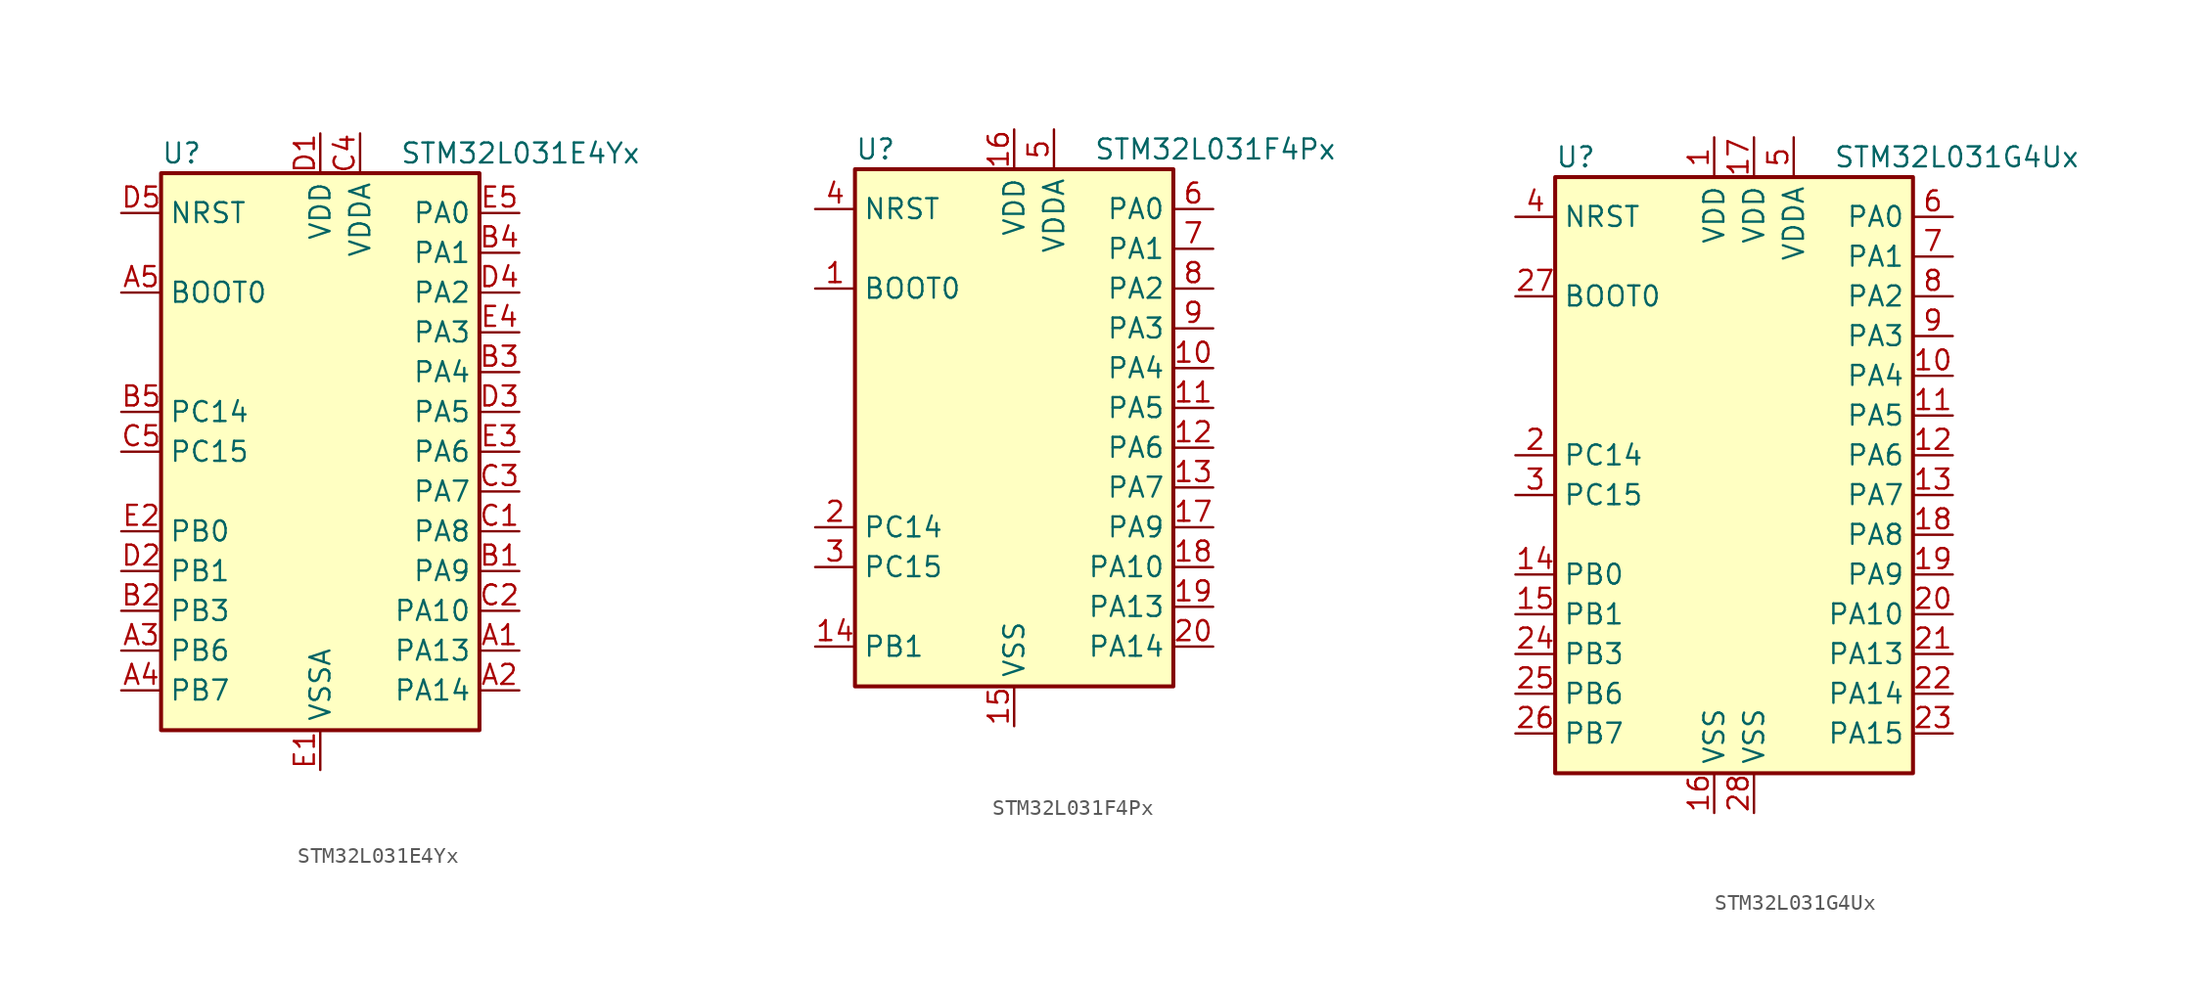
<source format=kicad_sym>
(kicad_symbol_lib
  (version 20211014)
  (generator kicad_symbol_editor)
  (symbol "STM32L031E4Yx"
    (property "Reference" "U"
      (at -10.16 19.05 0)
      (effects (font (size 1.27 1.27)) (justify left)))
    (property "Value" "STM32L031E4Yx"
      (at 5.08 19.05 0)
      (effects (font (size 1.27 1.27)) (justify left)))
    (symbol "STM32L031E4Yx_0_1"
      (rectangle (start -10.16 -17.78) (end 10.16 17.78) (stroke (width 0.254) (type default) (color 0 0 0 0)) (fill (type background))))
    (symbol "STM32L031E4Yx_1_1"
      (pin bidirectional line (at 12.7 -12.7 180) (length 2.54) (name "PA13" (effects (font (size 1.27 1.27)))) (number "A1" (effects (font (size 1.27 1.27)))))
      (pin bidirectional line (at 12.7 -15.24 180) (length 2.54) (name "PA14" (effects (font (size 1.27 1.27)))) (number "A2" (effects (font (size 1.27 1.27)))))
      (pin bidirectional line (at -12.7 -12.7 0) (length 2.54) (name "PB6" (effects (font (size 1.27 1.27)))) (number "A3" (effects (font (size 1.27 1.27)))))
      (pin bidirectional line (at -12.7 -15.24 0) (length 2.54) (name "PB7" (effects (font (size 1.27 1.27)))) (number "A4" (effects (font (size 1.27 1.27)))))
      (pin input line (at -12.7 10.16 0) (length 2.54) (name "BOOT0" (effects (font (size 1.27 1.27)))) (number "A5" (effects (font (size 1.27 1.27)))))
      (pin bidirectional line (at 12.7 -7.62 180) (length 2.54) (name "PA9" (effects (font (size 1.27 1.27)))) (number "B1" (effects (font (size 1.27 1.27)))))
      (pin bidirectional line (at -12.7 -10.16 0) (length 2.54) (name "PB3" (effects (font (size 1.27 1.27)))) (number "B2" (effects (font (size 1.27 1.27)))))
      (pin bidirectional line (at 12.7 5.08 180) (length 2.54) (name "PA4" (effects (font (size 1.27 1.27)))) (number "B3" (effects (font (size 1.27 1.27)))))
      (pin bidirectional line (at 12.7 12.7 180) (length 2.54) (name "PA1" (effects (font (size 1.27 1.27)))) (number "B4" (effects (font (size 1.27 1.27)))))
      (pin bidirectional line (at -12.7 2.54 0) (length 2.54) (name "PC14" (effects (font (size 1.27 1.27)))) (number "B5" (effects (font (size 1.27 1.27)))))
      (pin bidirectional line (at 12.7 -5.08 180) (length 2.54) (name "PA8" (effects (font (size 1.27 1.27)))) (number "C1" (effects (font (size 1.27 1.27)))))
      (pin bidirectional line (at 12.7 -10.16 180) (length 2.54) (name "PA10" (effects (font (size 1.27 1.27)))) (number "C2" (effects (font (size 1.27 1.27)))))
      (pin bidirectional line (at 12.7 -2.54 180) (length 2.54) (name "PA7" (effects (font (size 1.27 1.27)))) (number "C3" (effects (font (size 1.27 1.27)))))
      (pin power_in line (at 2.54 20.32 270) (length 2.54) (name "VDDA" (effects (font (size 1.27 1.27)))) (number "C4" (effects (font (size 1.27 1.27)))))
      (pin bidirectional line (at -12.7 0 0) (length 2.54) (name "PC15" (effects (font (size 1.27 1.27)))) (number "C5" (effects (font (size 1.27 1.27)))))
      (pin power_in line (at 0 20.32 270) (length 2.54) (name "VDD" (effects (font (size 1.27 1.27)))) (number "D1" (effects (font (size 1.27 1.27)))))
      (pin bidirectional line (at -12.7 -7.62 0) (length 2.54) (name "PB1" (effects (font (size 1.27 1.27)))) (number "D2" (effects (font (size 1.27 1.27)))))
      (pin bidirectional line (at 12.7 2.54 180) (length 2.54) (name "PA5" (effects (font (size 1.27 1.27)))) (number "D3" (effects (font (size 1.27 1.27)))))
      (pin bidirectional line (at 12.7 10.16 180) (length 2.54) (name "PA2" (effects (font (size 1.27 1.27)))) (number "D4" (effects (font (size 1.27 1.27)))))
      (pin input line (at -12.7 15.24 0) (length 2.54) (name "NRST" (effects (font (size 1.27 1.27)))) (number "D5" (effects (font (size 1.27 1.27)))))
      (pin power_in line (at 0 -20.32 90) (length 2.54) (name "VSSA" (effects (font (size 1.27 1.27)))) (number "E1" (effects (font (size 1.27 1.27)))))
      (pin bidirectional line (at -12.7 -5.08 0) (length 2.54) (name "PB0" (effects (font (size 1.27 1.27)))) (number "E2" (effects (font (size 1.27 1.27)))))
      (pin bidirectional line (at 12.7 0 180) (length 2.54) (name "PA6" (effects (font (size 1.27 1.27)))) (number "E3" (effects (font (size 1.27 1.27)))))
      (pin bidirectional line (at 12.7 7.62 180) (length 2.54) (name "PA3" (effects (font (size 1.27 1.27)))) (number "E4" (effects (font (size 1.27 1.27)))))
      (pin bidirectional line (at 12.7 15.24 180) (length 2.54) (name "PA0" (effects (font (size 1.27 1.27)))) (number "E5" (effects (font (size 1.27 1.27)))))))
  (symbol "STM32L031F4Px"
    (property "Reference" "U"
      (at -10.16 16.51 0)
      (effects (font (size 1.27 1.27)) (justify left)))
    (property "Value" "STM32L031F4Px"
      (at 5.08 16.51 0)
      (effects (font (size 1.27 1.27)) (justify left)))
    (symbol "STM32L031F4Px_0_1"
      (rectangle (start -10.16 -17.78) (end 10.16 15.24) (stroke (width 0.254) (type default) (color 0 0 0 0)) (fill (type background))))
    (symbol "STM32L031F4Px_1_1"
      (pin input line (at -12.7 7.62 0) (length 2.54) (name "BOOT0" (effects (font (size 1.27 1.27)))) (number "1" (effects (font (size 1.27 1.27)))))
      (pin bidirectional line (at 12.7 2.54 180) (length 2.54) (name "PA4" (effects (font (size 1.27 1.27)))) (number "10" (effects (font (size 1.27 1.27)))))
      (pin bidirectional line (at 12.7 0 180) (length 2.54) (name "PA5" (effects (font (size 1.27 1.27)))) (number "11" (effects (font (size 1.27 1.27)))))
      (pin bidirectional line (at 12.7 -2.54 180) (length 2.54) (name "PA6" (effects (font (size 1.27 1.27)))) (number "12" (effects (font (size 1.27 1.27)))))
      (pin bidirectional line (at 12.7 -5.08 180) (length 2.54) (name "PA7" (effects (font (size 1.27 1.27)))) (number "13" (effects (font (size 1.27 1.27)))))
      (pin bidirectional line (at -12.7 -15.24 0) (length 2.54) (name "PB1" (effects (font (size 1.27 1.27)))) (number "14" (effects (font (size 1.27 1.27)))))
      (pin power_in line (at 0 -20.32 90) (length 2.54) (name "VSS" (effects (font (size 1.27 1.27)))) (number "15" (effects (font (size 1.27 1.27)))))
      (pin power_in line (at 0 17.78 270) (length 2.54) (name "VDD" (effects (font (size 1.27 1.27)))) (number "16" (effects (font (size 1.27 1.27)))))
      (pin bidirectional line (at 12.7 -7.62 180) (length 2.54) (name "PA9" (effects (font (size 1.27 1.27)))) (number "17" (effects (font (size 1.27 1.27)))))
      (pin bidirectional line (at 12.7 -10.16 180) (length 2.54) (name "PA10" (effects (font (size 1.27 1.27)))) (number "18" (effects (font (size 1.27 1.27)))))
      (pin bidirectional line (at 12.7 -12.7 180) (length 2.54) (name "PA13" (effects (font (size 1.27 1.27)))) (number "19" (effects (font (size 1.27 1.27)))))
      (pin bidirectional line (at -12.7 -7.62 0) (length 2.54) (name "PC14" (effects (font (size 1.27 1.27)))) (number "2" (effects (font (size 1.27 1.27)))))
      (pin bidirectional line (at 12.7 -15.24 180) (length 2.54) (name "PA14" (effects (font (size 1.27 1.27)))) (number "20" (effects (font (size 1.27 1.27)))))
      (pin bidirectional line (at -12.7 -10.16 0) (length 2.54) (name "PC15" (effects (font (size 1.27 1.27)))) (number "3" (effects (font (size 1.27 1.27)))))
      (pin input line (at -12.7 12.7 0) (length 2.54) (name "NRST" (effects (font (size 1.27 1.27)))) (number "4" (effects (font (size 1.27 1.27)))))
      (pin power_in line (at 2.54 17.78 270) (length 2.54) (name "VDDA" (effects (font (size 1.27 1.27)))) (number "5" (effects (font (size 1.27 1.27)))))
      (pin bidirectional line (at 12.7 12.7 180) (length 2.54) (name "PA0" (effects (font (size 1.27 1.27)))) (number "6" (effects (font (size 1.27 1.27)))))
      (pin bidirectional line (at 12.7 10.16 180) (length 2.54) (name "PA1" (effects (font (size 1.27 1.27)))) (number "7" (effects (font (size 1.27 1.27)))))
      (pin bidirectional line (at 12.7 7.62 180) (length 2.54) (name "PA2" (effects (font (size 1.27 1.27)))) (number "8" (effects (font (size 1.27 1.27)))))
      (pin bidirectional line (at 12.7 5.08 180) (length 2.54) (name "PA3" (effects (font (size 1.27 1.27)))) (number "9" (effects (font (size 1.27 1.27)))))))
  (symbol "STM32L031G4Ux"
    (property "Reference" "U"
      (at -12.7 19.05 0)
      (effects (font (size 1.27 1.27)) (justify left)))
    (property "Value" "STM32L031G4Ux"
      (at 5.08 19.05 0)
      (effects (font (size 1.27 1.27)) (justify left)))
    (symbol "STM32L031G4Ux_0_1"
      (rectangle (start -12.7 -20.32) (end 10.16 17.78) (stroke (width 0.254) (type default) (color 0 0 0 0)) (fill (type background))))
    (symbol "STM32L031G4Ux_1_1"
      (pin power_in line (at -2.54 20.32 270) (length 2.54) (name "VDD" (effects (font (size 1.27 1.27)))) (number "1" (effects (font (size 1.27 1.27)))))
      (pin bidirectional line (at 12.7 5.08 180) (length 2.54) (name "PA4" (effects (font (size 1.27 1.27)))) (number "10" (effects (font (size 1.27 1.27)))))
      (pin bidirectional line (at 12.7 2.54 180) (length 2.54) (name "PA5" (effects (font (size 1.27 1.27)))) (number "11" (effects (font (size 1.27 1.27)))))
      (pin bidirectional line (at 12.7 0 180) (length 2.54) (name "PA6" (effects (font (size 1.27 1.27)))) (number "12" (effects (font (size 1.27 1.27)))))
      (pin bidirectional line (at 12.7 -2.54 180) (length 2.54) (name "PA7" (effects (font (size 1.27 1.27)))) (number "13" (effects (font (size 1.27 1.27)))))
      (pin bidirectional line (at -15.24 -7.62 0) (length 2.54) (name "PB0" (effects (font (size 1.27 1.27)))) (number "14" (effects (font (size 1.27 1.27)))))
      (pin bidirectional line (at -15.24 -10.16 0) (length 2.54) (name "PB1" (effects (font (size 1.27 1.27)))) (number "15" (effects (font (size 1.27 1.27)))))
      (pin power_in line (at -2.54 -22.86 90) (length 2.54) (name "VSS" (effects (font (size 1.27 1.27)))) (number "16" (effects (font (size 1.27 1.27)))))
      (pin power_in line (at 0 20.32 270) (length 2.54) (name "VDD" (effects (font (size 1.27 1.27)))) (number "17" (effects (font (size 1.27 1.27)))))
      (pin bidirectional line (at 12.7 -5.08 180) (length 2.54) (name "PA8" (effects (font (size 1.27 1.27)))) (number "18" (effects (font (size 1.27 1.27)))))
      (pin bidirectional line (at 12.7 -7.62 180) (length 2.54) (name "PA9" (effects (font (size 1.27 1.27)))) (number "19" (effects (font (size 1.27 1.27)))))
      (pin bidirectional line (at -15.24 0 0) (length 2.54) (name "PC14" (effects (font (size 1.27 1.27)))) (number "2" (effects (font (size 1.27 1.27)))))
      (pin bidirectional line (at 12.7 -10.16 180) (length 2.54) (name "PA10" (effects (font (size 1.27 1.27)))) (number "20" (effects (font (size 1.27 1.27)))))
      (pin bidirectional line (at 12.7 -12.7 180) (length 2.54) (name "PA13" (effects (font (size 1.27 1.27)))) (number "21" (effects (font (size 1.27 1.27)))))
      (pin bidirectional line (at 12.7 -15.24 180) (length 2.54) (name "PA14" (effects (font (size 1.27 1.27)))) (number "22" (effects (font (size 1.27 1.27)))))
      (pin bidirectional line (at 12.7 -17.78 180) (length 2.54) (name "PA15" (effects (font (size 1.27 1.27)))) (number "23" (effects (font (size 1.27 1.27)))))
      (pin bidirectional line (at -15.24 -12.7 0) (length 2.54) (name "PB3" (effects (font (size 1.27 1.27)))) (number "24" (effects (font (size 1.27 1.27)))))
      (pin bidirectional line (at -15.24 -15.24 0) (length 2.54) (name "PB6" (effects (font (size 1.27 1.27)))) (number "25" (effects (font (size 1.27 1.27)))))
      (pin bidirectional line (at -15.24 -17.78 0) (length 2.54) (name "PB7" (effects (font (size 1.27 1.27)))) (number "26" (effects (font (size 1.27 1.27)))))
      (pin input line (at -15.24 10.16 0) (length 2.54) (name "BOOT0" (effects (font (size 1.27 1.27)))) (number "27" (effects (font (size 1.27 1.27)))))
      (pin power_in line (at 0 -22.86 90) (length 2.54) (name "VSS" (effects (font (size 1.27 1.27)))) (number "28" (effects (font (size 1.27 1.27)))))
      (pin bidirectional line (at -15.24 -2.54 0) (length 2.54) (name "PC15" (effects (font (size 1.27 1.27)))) (number "3" (effects (font (size 1.27 1.27)))))
      (pin input line (at -15.24 15.24 0) (length 2.54) (name "NRST" (effects (font (size 1.27 1.27)))) (number "4" (effects (font (size 1.27 1.27)))))
      (pin power_in line (at 2.54 20.32 270) (length 2.54) (name "VDDA" (effects (font (size 1.27 1.27)))) (number "5" (effects (font (size 1.27 1.27)))))
      (pin bidirectional line (at 12.7 15.24 180) (length 2.54) (name "PA0" (effects (font (size 1.27 1.27)))) (number "6" (effects (font (size 1.27 1.27)))))
      (pin bidirectional line (at 12.7 12.7 180) (length 2.54) (name "PA1" (effects (font (size 1.27 1.27)))) (number "7" (effects (font (size 1.27 1.27)))))
      (pin bidirectional line (at 12.7 10.16 180) (length 2.54) (name "PA2" (effects (font (size 1.27 1.27)))) (number "8" (effects (font (size 1.27 1.27)))))
      (pin bidirectional line (at 12.7 7.62 180) (length 2.54) (name "PA3" (effects (font (size 1.27 1.27)))) (number "9" (effects (font (size 1.27 1.27))))))))
</source>
